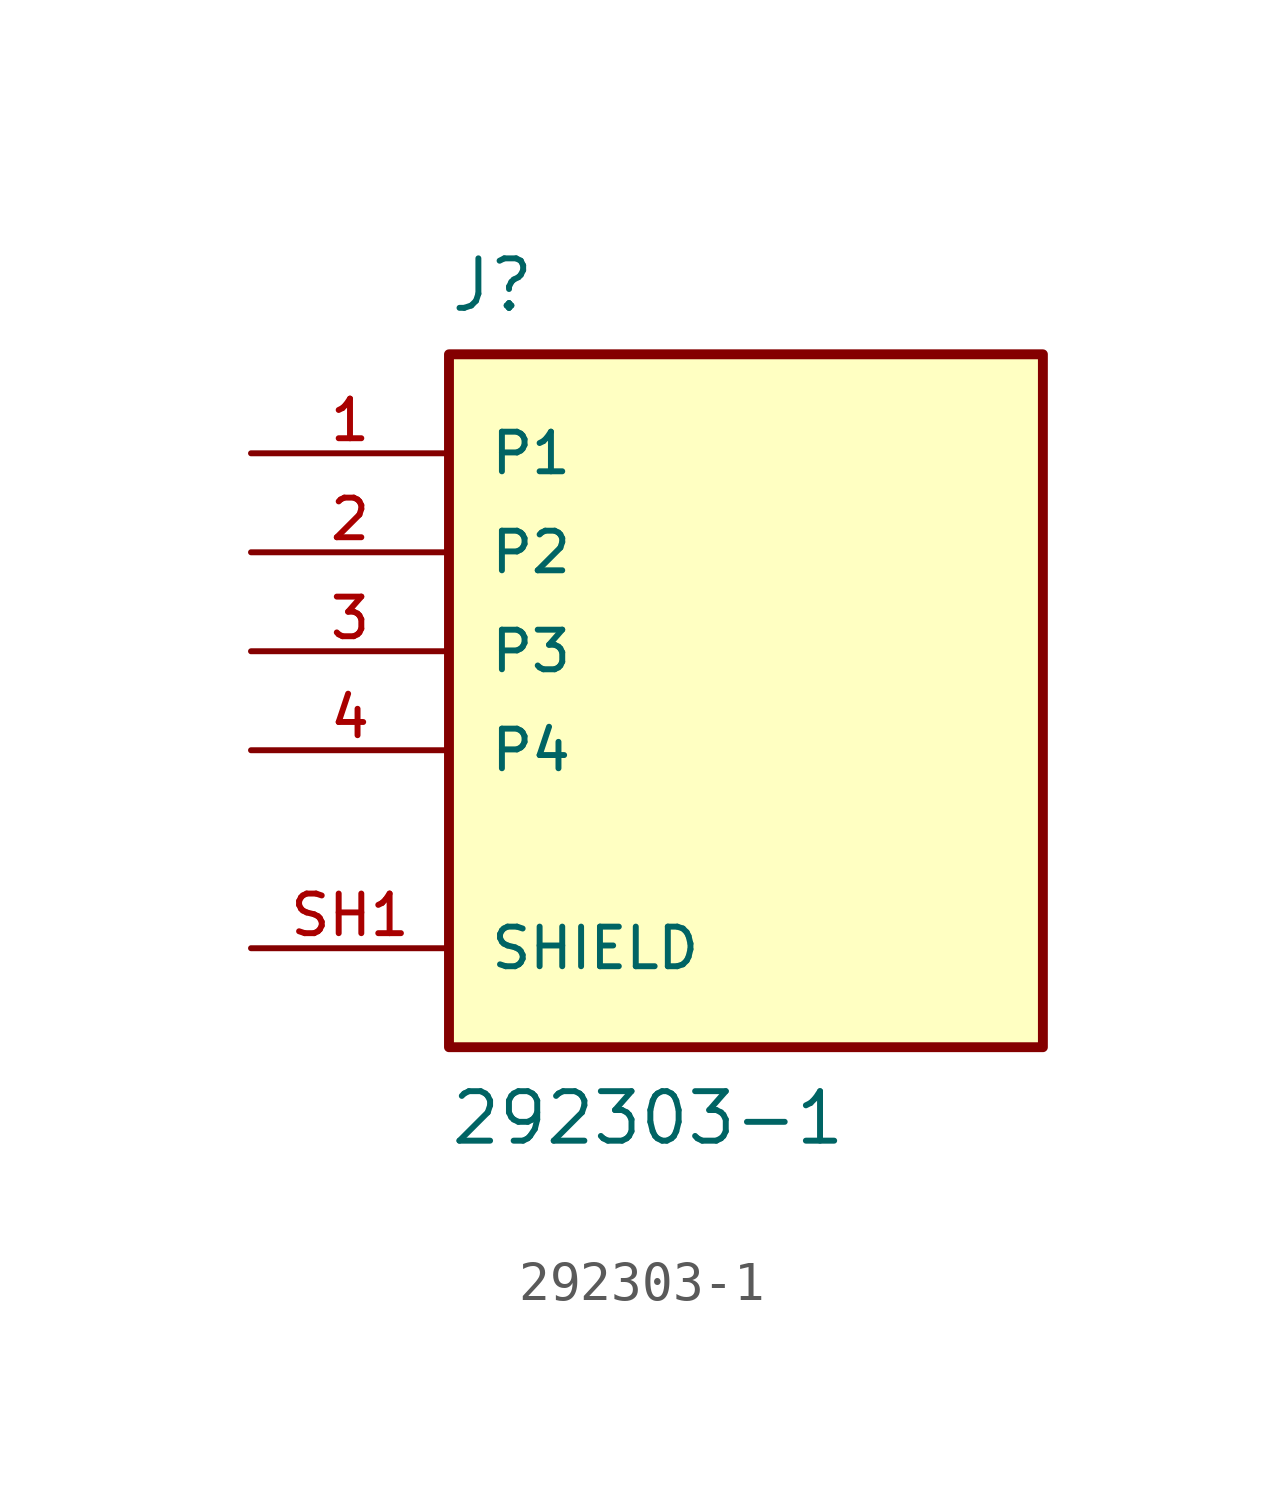
<source format=kicad_sym>
(kicad_symbol_lib
  (version 20211014)
  (generator kicad_symbol_editor)
  (symbol "292303-1"
    (pin_names
      (offset 1.016))
    (property "Reference" "J"
      (at -7.631 8.649 0)
      (effects (font (size 1.27 1.27)) (justify bottom left)))
    (property "Value" "292303-1"
      (at -7.633 -12.722 0)
      (effects (font (size 1.27 1.27)) (justify bottom left)))
    (symbol "292303-1_0_0"
      (rectangle (start -7.62 -10.16) (end 7.62 7.62) (stroke (width 0.254)) (fill (type background)))
      (pin passive line (at -12.7 5.08 0) (length 5.08) (name "P1" (effects (font (size 1.016 1.016)))) (number "1" (effects (font (size 1.016 1.016)))))
      (pin passive line (at -12.7 2.54 0) (length 5.08) (name "P2" (effects (font (size 1.016 1.016)))) (number "2" (effects (font (size 1.016 1.016)))))
      (pin passive line (at -12.7 0.0 0) (length 5.08) (name "P3" (effects (font (size 1.016 1.016)))) (number "3" (effects (font (size 1.016 1.016)))))
      (pin passive line (at -12.7 -2.54 0) (length 5.08) (name "P4" (effects (font (size 1.016 1.016)))) (number "4" (effects (font (size 1.016 1.016)))))
      (pin passive line (at -12.7 -7.62 0) (length 5.08) (name "SHIELD" (effects (font (size 1.016 1.016)))) (number "SH1" (effects (font (size 1.016 1.016)))))
      (pin passive line (at -12.7 -7.62 0) (length 5.08) hide (name "SHIELD" (effects (font (size 1.016 1.016)))) (number "SH2" (effects (font (size 1.016 1.016))))))))
</source>
